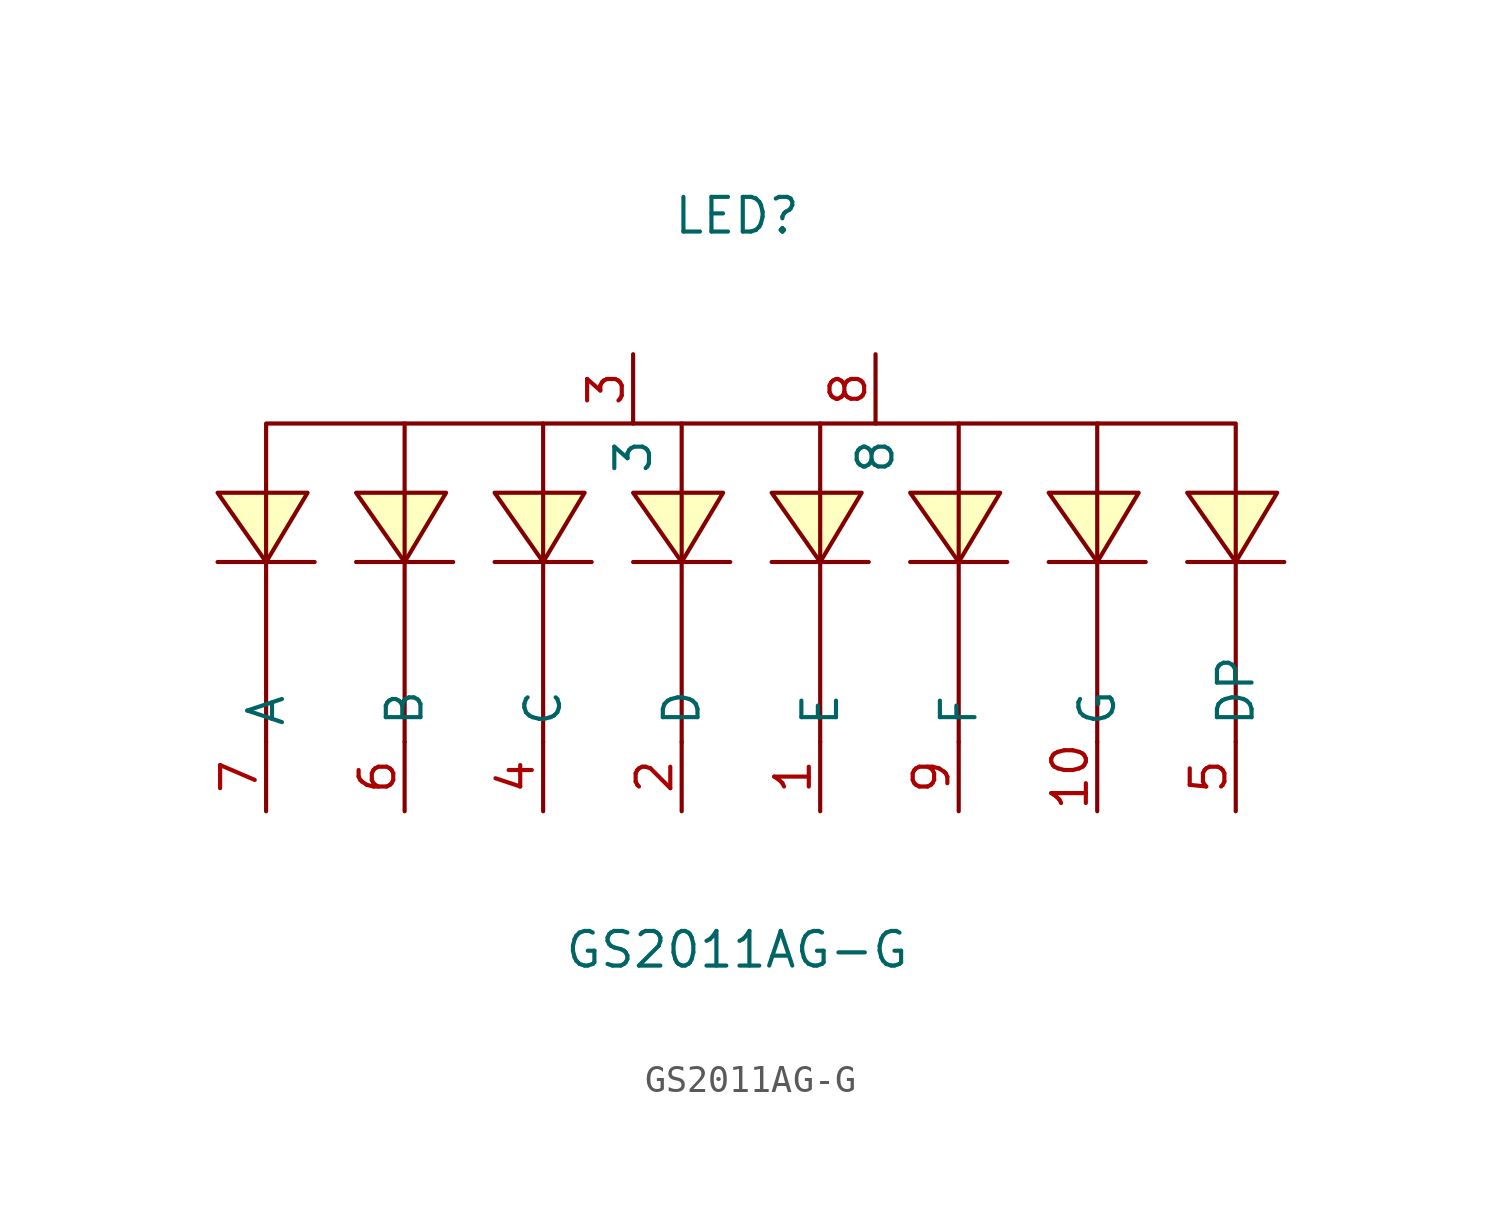
<source format=kicad_sym>
(kicad_symbol_lib
  (version 20211014)
  (generator https://github.com/uPesy/easyeda2kicad.py)
  (symbol "GS2011AG-G"
    (property "Reference" "LED"
      (at 0 13.97 0)
      (effects (font (size 1.27 1.27))))
    (property "Value" "GS2011AG-G"
      (at 0 -12.95 0)
      (effects (font (size 1.27 1.27))))
    (symbol "GS2011AG-G_0_1"
      (polyline (pts (xy -15.75 3.81) (xy -17.27 1.27) (xy -19.05 3.81) (xy -15.75 3.81)) (stroke (width 0) (type default) (color 0 0 0 0)) (fill (type background)))
      (polyline (pts (xy -10.67 3.81) (xy -12.19 1.27) (xy -13.97 3.81) (xy -10.67 3.81)) (stroke (width 0) (type default) (color 0 0 0 0)) (fill (type background)))
      (polyline (pts (xy -5.59 3.81) (xy -7.11 1.27) (xy -8.89 3.81) (xy -5.59 3.81)) (stroke (width 0) (type default) (color 0 0 0 0)) (fill (type background)))
      (polyline (pts (xy -0.51 3.81) (xy -2.03 1.27) (xy -3.81 3.81) (xy -0.51 3.81)) (stroke (width 0) (type default) (color 0 0 0 0)) (fill (type background)))
      (polyline (pts (xy 4.57 3.81) (xy 3.05 1.27) (xy 1.27 3.81) (xy 4.57 3.81)) (stroke (width 0) (type default) (color 0 0 0 0)) (fill (type background)))
      (polyline (pts (xy 19.81 3.81) (xy 18.29 1.27) (xy 16.51 3.81) (xy 19.81 3.81)) (stroke (width 0) (type default) (color 0 0 0 0)) (fill (type background)))
      (polyline (pts (xy 14.73 3.81) (xy 13.21 1.27) (xy 11.43 3.81) (xy 14.73 3.81)) (stroke (width 0) (type default) (color 0 0 0 0)) (fill (type background)))
      (polyline (pts (xy 9.65 3.81) (xy 8.13 1.27) (xy 6.35 3.81) (xy 9.65 3.81)) (stroke (width 0) (type default) (color 0 0 0 0)) (fill (type background)))
      (polyline (pts (xy -15.49 1.27) (xy -19.05 1.27)) (stroke (width 0) (type default) (color 0 0 0 0)) (fill (type none)))
      (polyline (pts (xy -10.41 1.27) (xy -13.97 1.27)) (stroke (width 0) (type default) (color 0 0 0 0)) (fill (type none)))
      (polyline (pts (xy -5.33 1.27) (xy -8.89 1.27)) (stroke (width 0) (type default) (color 0 0 0 0)) (fill (type none)))
      (polyline (pts (xy -0.25 1.27) (xy -3.81 1.27)) (stroke (width 0) (type default) (color 0 0 0 0)) (fill (type none)))
      (polyline (pts (xy 4.83 1.27) (xy 1.27 1.27)) (stroke (width 0) (type default) (color 0 0 0 0)) (fill (type none)))
      (polyline (pts (xy 20.07 1.27) (xy 16.51 1.27)) (stroke (width 0) (type default) (color 0 0 0 0)) (fill (type none)))
      (polyline (pts (xy 14.99 1.27) (xy 11.43 1.27)) (stroke (width 0) (type default) (color 0 0 0 0)) (fill (type none)))
      (polyline (pts (xy 9.91 1.27) (xy 6.35 1.27)) (stroke (width 0) (type default) (color 0 0 0 0)) (fill (type none)))
      (polyline (pts (xy -17.27 1.27) (xy -17.27 -5.33)) (stroke (width 0) (type default) (color 0 0 0 0)) (fill (type none)))
      (polyline (pts (xy -12.19 1.27) (xy -12.19 -5.33)) (stroke (width 0) (type default) (color 0 0 0 0)) (fill (type none)))
      (polyline (pts (xy -7.11 1.27) (xy -7.11 -5.33)) (stroke (width 0) (type default) (color 0 0 0 0)) (fill (type none)))
      (polyline (pts (xy -2.03 1.27) (xy -2.03 -5.33)) (stroke (width 0) (type default) (color 0 0 0 0)) (fill (type none)))
      (polyline (pts (xy 3.05 1.27) (xy 3.05 -5.33)) (stroke (width 0) (type default) (color 0 0 0 0)) (fill (type none)))
      (polyline (pts (xy 8.13 1.27) (xy 8.13 -5.33)) (stroke (width 0) (type default) (color 0 0 0 0)) (fill (type none)))
      (polyline (pts (xy 13.21 1.27) (xy 13.21 -5.33)) (stroke (width 0) (type default) (color 0 0 0 0)) (fill (type none)))
      (polyline (pts (xy 18.29 1.27) (xy 18.29 -5.33)) (stroke (width 0) (type default) (color 0 0 0 0)) (fill (type none)))
      (polyline (pts (xy 18.29 3.81) (xy 18.29 6.35) (xy -17.27 6.35) (xy -17.27 3.81)) (stroke (width 0) (type default) (color 0 0 0 0)) (fill (type none)))
      (polyline (pts (xy -2.03 1.27) (xy -2.03 6.35)) (stroke (width 0) (type default) (color 0 0 0 0)) (fill (type none)))
      (polyline (pts (xy -12.19 1.27) (xy -12.19 6.35)) (stroke (width 0) (type default) (color 0 0 0 0)) (fill (type none)))
      (polyline (pts (xy -7.11 1.27) (xy -7.11 6.35)) (stroke (width 0) (type default) (color 0 0 0 0)) (fill (type none)))
      (polyline (pts (xy 3.05 1.27) (xy 3.05 6.35)) (stroke (width 0) (type default) (color 0 0 0 0)) (fill (type none)))
      (polyline (pts (xy 8.13 1.27) (xy 8.13 6.35)) (stroke (width 0) (type default) (color 0 0 0 0)) (fill (type none)))
      (polyline (pts (xy 13.21 1.27) (xy 13.21 6.35)) (stroke (width 0) (type default) (color 0 0 0 0)) (fill (type none)))
      (polyline (pts (xy 18.29 3.81) (xy 18.29 1.27)) (stroke (width 0) (type default) (color 0 0 0 0)) (fill (type none)))
      (polyline (pts (xy -17.27 3.81) (xy -17.27 1.27)) (stroke (width 0) (type default) (color 0 0 0 0)) (fill (type none)))
      (pin unspecified line (at -3.81 8.89 270) (length 2.54) (name "3" (effects (font (size 1.27 1.27)))) (number "3" (effects (font (size 1.27 1.27)))))
      (pin unspecified line (at 5.08 8.89 270) (length 2.54) (name "8" (effects (font (size 1.27 1.27)))) (number "8" (effects (font (size 1.27 1.27)))))
      (pin unspecified line (at -2.03 -7.87 90) (length 2.54) (name "D" (effects (font (size 1.27 1.27)))) (number "2" (effects (font (size 1.27 1.27)))))
      (pin unspecified line (at 3.05 -7.87 90) (length 2.54) (name "E" (effects (font (size 1.27 1.27)))) (number "1" (effects (font (size 1.27 1.27)))))
      (pin unspecified line (at 13.21 -7.87 90) (length 2.54) (name "G" (effects (font (size 1.27 1.27)))) (number "10" (effects (font (size 1.27 1.27)))))
      (pin unspecified line (at 8.13 -7.87 90) (length 2.54) (name "F" (effects (font (size 1.27 1.27)))) (number "9" (effects (font (size 1.27 1.27)))))
      (pin unspecified line (at -7.11 -7.87 90) (length 2.54) (name "C" (effects (font (size 1.27 1.27)))) (number "4" (effects (font (size 1.27 1.27)))))
      (pin unspecified line (at 18.29 -7.87 90) (length 2.54) (name "DP" (effects (font (size 1.27 1.27)))) (number "5" (effects (font (size 1.27 1.27)))))
      (pin unspecified line (at -12.19 -7.87 90) (length 2.54) (name "B" (effects (font (size 1.27 1.27)))) (number "6" (effects (font (size 1.27 1.27)))))
      (pin unspecified line (at -17.27 -7.87 90) (length 2.54) (name "A" (effects (font (size 1.27 1.27)))) (number "7" (effects (font (size 1.27 1.27))))))))
</source>
